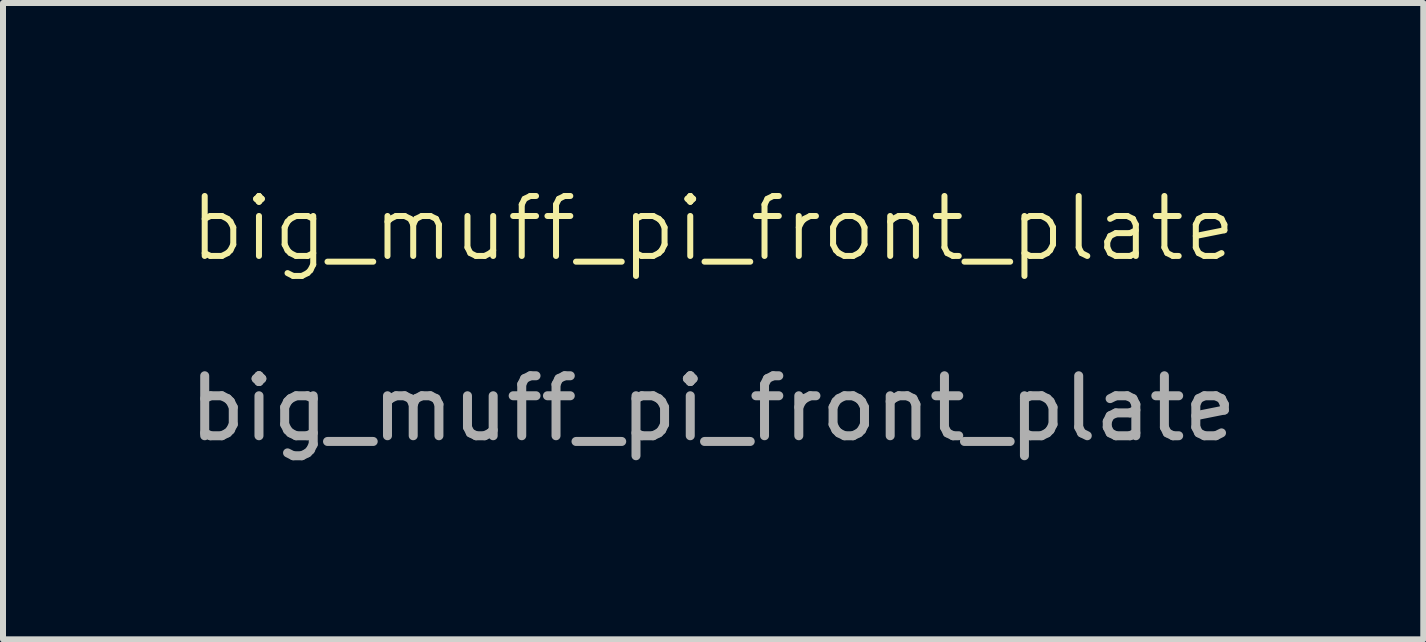
<source format=kicad_pcb>
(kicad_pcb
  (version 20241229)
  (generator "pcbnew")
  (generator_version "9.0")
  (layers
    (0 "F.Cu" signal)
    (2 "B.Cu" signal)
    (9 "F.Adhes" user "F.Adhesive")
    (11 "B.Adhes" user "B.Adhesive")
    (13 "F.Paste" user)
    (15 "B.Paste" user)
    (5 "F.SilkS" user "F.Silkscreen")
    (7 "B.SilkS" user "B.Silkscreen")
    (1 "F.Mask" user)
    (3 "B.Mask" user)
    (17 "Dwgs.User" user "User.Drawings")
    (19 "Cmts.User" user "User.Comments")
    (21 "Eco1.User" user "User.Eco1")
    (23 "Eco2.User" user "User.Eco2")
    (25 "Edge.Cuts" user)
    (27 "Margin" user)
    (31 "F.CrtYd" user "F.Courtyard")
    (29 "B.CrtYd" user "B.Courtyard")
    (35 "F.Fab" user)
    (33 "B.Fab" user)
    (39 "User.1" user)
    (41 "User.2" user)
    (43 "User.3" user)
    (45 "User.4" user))
  (footprint "big_muff_pi_front_plate"
    (layer "F.Cu")
    (at 8.839 1.26)
    (property "Reference" "big_muff_pi_front_plate" (at 0 -0.5 0) (unlocked yes) (layer "F.SilkS") (effects (font (size 1 1) (thickness 0.1))))
    (attr through_hole)
    (fp_text user "${REFERENCE}" (at 0 2.5 0) (unlocked yes) (layer "F.Fab") (effects (font (size 1 1) (thickness 0.15)))))
  (gr_rect
    (start -3 -3)
    (end 20.679 7.609)
    (stroke (width 0.1) (type default))
    (fill no)
    (layer "Edge.Cuts")))
</source>
